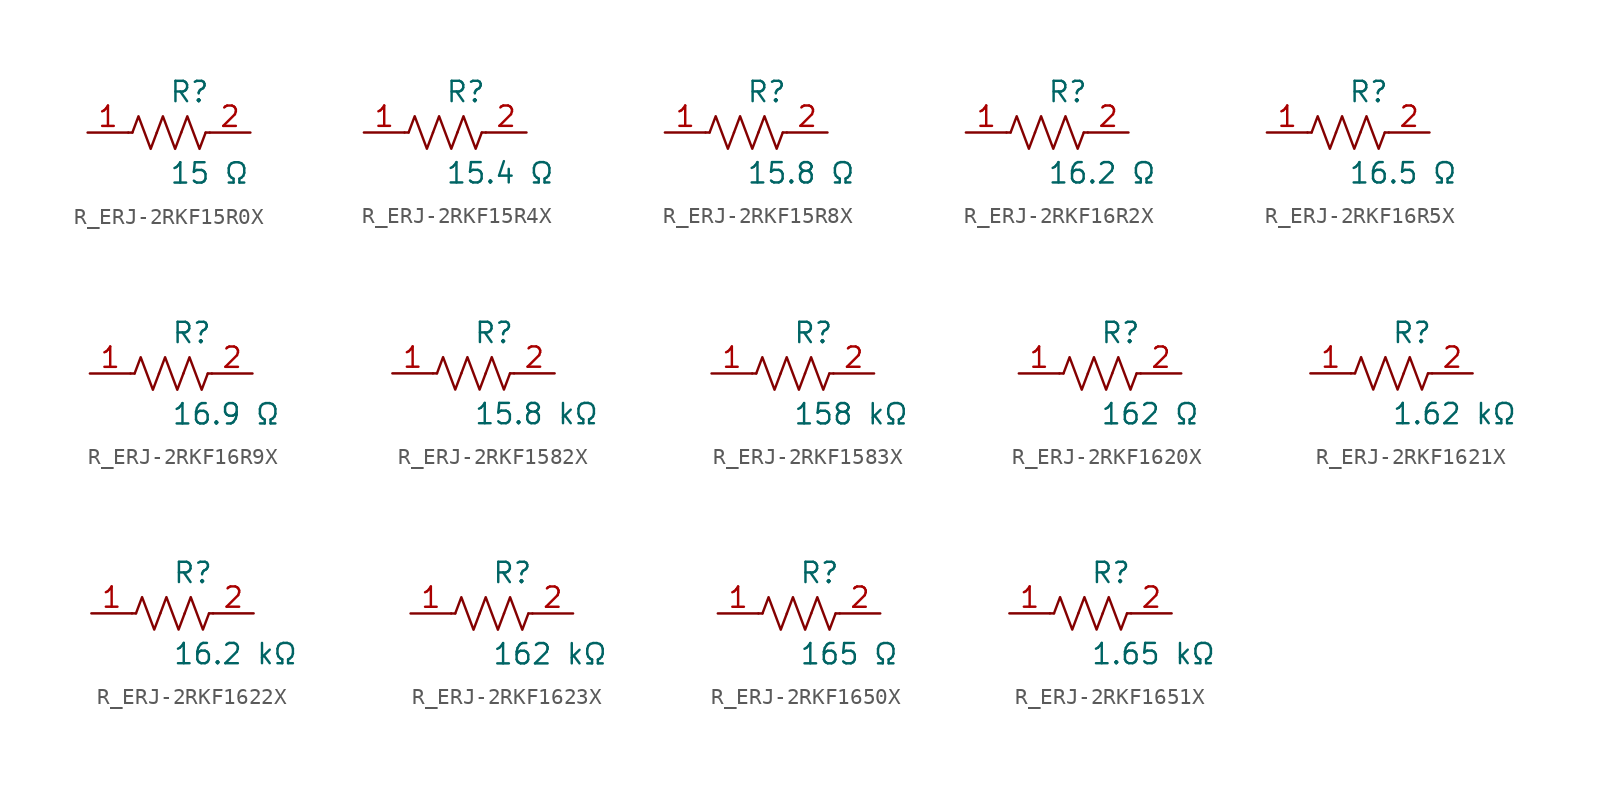
<source format=kicad_sym>
(kicad_symbol_lib
  (version 20231120)
  (generator kicad_symbol_editor)
  (generator_version 8.0)
  (symbol "R_ERJ-2RKF15R0X"
    (pin_names
      (offset 0.254))
    (property "Reference" "R"
      (at 0 2.54 0)
      (effects (font (size 1.27 1.27)) (justify left)))
    (property "Value" "15 Ω"
      (at 0 -2.54 0)
      (effects (font (size 1.27 1.27)) (justify left)))
    (symbol "R_ERJ-2RKF15R0X_0_1"
      (polyline (pts (xy 2.286 0) (xy 2.54 0)) (stroke (width 0) (type default)) (fill (type none)))
      (polyline (pts (xy -2.286 0) (xy -2.54 0)) (stroke (width 0) (type default)) (fill (type none)))
      (polyline (pts (xy 0.762 0) (xy 1.143 1.016) (xy 1.524 0) (xy 1.905 -1.016) (xy 2.286 0)) (stroke (width 0) (type default)) (fill (type none)))
      (polyline (pts (xy -0.762 0) (xy -0.381 1.016) (xy 0 0) (xy 0.381 -1.016) (xy 0.762 0)) (stroke (width 0) (type default)) (fill (type none)))
      (polyline (pts (xy -2.286 0) (xy -1.905 1.016) (xy -1.524 0) (xy -1.143 -1.016) (xy -0.762 0)) (stroke (width 0) (type default)) (fill (type none))))
    (pin unspecified line
      (at -5.08 0 0)
      (length 2.54)
      (name "" (effects (font (size 1.27 1.27))))
      (number "1" (effects (font (size 1.27 1.27)))))
    (pin unspecified line
      (at 5.08 0 180)
      (length 2.54)
      (name "" (effects (font (size 1.27 1.27))))
      (number "2" (effects (font (size 1.27 1.27))))))
  (symbol "R_ERJ-2RKF15R4X"
    (pin_names
      (offset 0.254))
    (property "Reference" "R"
      (at 0 2.54 0)
      (effects (font (size 1.27 1.27)) (justify left)))
    (property "Value" "15.4 Ω"
      (at 0 -2.54 0)
      (effects (font (size 1.27 1.27)) (justify left)))
    (symbol "R_ERJ-2RKF15R4X_0_1"
      (polyline (pts (xy 2.286 0) (xy 2.54 0)) (stroke (width 0) (type default)) (fill (type none)))
      (polyline (pts (xy -2.286 0) (xy -2.54 0)) (stroke (width 0) (type default)) (fill (type none)))
      (polyline (pts (xy 0.762 0) (xy 1.143 1.016) (xy 1.524 0) (xy 1.905 -1.016) (xy 2.286 0)) (stroke (width 0) (type default)) (fill (type none)))
      (polyline (pts (xy -0.762 0) (xy -0.381 1.016) (xy 0 0) (xy 0.381 -1.016) (xy 0.762 0)) (stroke (width 0) (type default)) (fill (type none)))
      (polyline (pts (xy -2.286 0) (xy -1.905 1.016) (xy -1.524 0) (xy -1.143 -1.016) (xy -0.762 0)) (stroke (width 0) (type default)) (fill (type none))))
    (pin unspecified line
      (at -5.08 0 0)
      (length 2.54)
      (name "" (effects (font (size 1.27 1.27))))
      (number "1" (effects (font (size 1.27 1.27)))))
    (pin unspecified line
      (at 5.08 0 180)
      (length 2.54)
      (name "" (effects (font (size 1.27 1.27))))
      (number "2" (effects (font (size 1.27 1.27))))))
  (symbol "R_ERJ-2RKF15R8X"
    (pin_names
      (offset 0.254))
    (property "Reference" "R"
      (at 0 2.54 0)
      (effects (font (size 1.27 1.27)) (justify left)))
    (property "Value" "15.8 Ω"
      (at 0 -2.54 0)
      (effects (font (size 1.27 1.27)) (justify left)))
    (symbol "R_ERJ-2RKF15R8X_0_1"
      (polyline (pts (xy 2.286 0) (xy 2.54 0)) (stroke (width 0) (type default)) (fill (type none)))
      (polyline (pts (xy -2.286 0) (xy -2.54 0)) (stroke (width 0) (type default)) (fill (type none)))
      (polyline (pts (xy 0.762 0) (xy 1.143 1.016) (xy 1.524 0) (xy 1.905 -1.016) (xy 2.286 0)) (stroke (width 0) (type default)) (fill (type none)))
      (polyline (pts (xy -0.762 0) (xy -0.381 1.016) (xy 0 0) (xy 0.381 -1.016) (xy 0.762 0)) (stroke (width 0) (type default)) (fill (type none)))
      (polyline (pts (xy -2.286 0) (xy -1.905 1.016) (xy -1.524 0) (xy -1.143 -1.016) (xy -0.762 0)) (stroke (width 0) (type default)) (fill (type none))))
    (pin unspecified line
      (at -5.08 0 0)
      (length 2.54)
      (name "" (effects (font (size 1.27 1.27))))
      (number "1" (effects (font (size 1.27 1.27)))))
    (pin unspecified line
      (at 5.08 0 180)
      (length 2.54)
      (name "" (effects (font (size 1.27 1.27))))
      (number "2" (effects (font (size 1.27 1.27))))))
  (symbol "R_ERJ-2RKF16R2X"
    (pin_names
      (offset 0.254))
    (property "Reference" "R"
      (at 0 2.54 0)
      (effects (font (size 1.27 1.27)) (justify left)))
    (property "Value" "16.2 Ω"
      (at 0 -2.54 0)
      (effects (font (size 1.27 1.27)) (justify left)))
    (symbol "R_ERJ-2RKF16R2X_0_1"
      (polyline (pts (xy 2.286 0) (xy 2.54 0)) (stroke (width 0) (type default)) (fill (type none)))
      (polyline (pts (xy -2.286 0) (xy -2.54 0)) (stroke (width 0) (type default)) (fill (type none)))
      (polyline (pts (xy 0.762 0) (xy 1.143 1.016) (xy 1.524 0) (xy 1.905 -1.016) (xy 2.286 0)) (stroke (width 0) (type default)) (fill (type none)))
      (polyline (pts (xy -0.762 0) (xy -0.381 1.016) (xy 0 0) (xy 0.381 -1.016) (xy 0.762 0)) (stroke (width 0) (type default)) (fill (type none)))
      (polyline (pts (xy -2.286 0) (xy -1.905 1.016) (xy -1.524 0) (xy -1.143 -1.016) (xy -0.762 0)) (stroke (width 0) (type default)) (fill (type none))))
    (pin unspecified line
      (at -5.08 0 0)
      (length 2.54)
      (name "" (effects (font (size 1.27 1.27))))
      (number "1" (effects (font (size 1.27 1.27)))))
    (pin unspecified line
      (at 5.08 0 180)
      (length 2.54)
      (name "" (effects (font (size 1.27 1.27))))
      (number "2" (effects (font (size 1.27 1.27))))))
  (symbol "R_ERJ-2RKF16R5X"
    (pin_names
      (offset 0.254))
    (property "Reference" "R"
      (at 0 2.54 0)
      (effects (font (size 1.27 1.27)) (justify left)))
    (property "Value" "16.5 Ω"
      (at 0 -2.54 0)
      (effects (font (size 1.27 1.27)) (justify left)))
    (symbol "R_ERJ-2RKF16R5X_0_1"
      (polyline (pts (xy 2.286 0) (xy 2.54 0)) (stroke (width 0) (type default)) (fill (type none)))
      (polyline (pts (xy -2.286 0) (xy -2.54 0)) (stroke (width 0) (type default)) (fill (type none)))
      (polyline (pts (xy 0.762 0) (xy 1.143 1.016) (xy 1.524 0) (xy 1.905 -1.016) (xy 2.286 0)) (stroke (width 0) (type default)) (fill (type none)))
      (polyline (pts (xy -0.762 0) (xy -0.381 1.016) (xy 0 0) (xy 0.381 -1.016) (xy 0.762 0)) (stroke (width 0) (type default)) (fill (type none)))
      (polyline (pts (xy -2.286 0) (xy -1.905 1.016) (xy -1.524 0) (xy -1.143 -1.016) (xy -0.762 0)) (stroke (width 0) (type default)) (fill (type none))))
    (pin unspecified line
      (at -5.08 0 0)
      (length 2.54)
      (name "" (effects (font (size 1.27 1.27))))
      (number "1" (effects (font (size 1.27 1.27)))))
    (pin unspecified line
      (at 5.08 0 180)
      (length 2.54)
      (name "" (effects (font (size 1.27 1.27))))
      (number "2" (effects (font (size 1.27 1.27))))))
  (symbol "R_ERJ-2RKF16R9X"
    (pin_names
      (offset 0.254))
    (property "Reference" "R"
      (at 0 2.54 0)
      (effects (font (size 1.27 1.27)) (justify left)))
    (property "Value" "16.9 Ω"
      (at 0 -2.54 0)
      (effects (font (size 1.27 1.27)) (justify left)))
    (symbol "R_ERJ-2RKF16R9X_0_1"
      (polyline (pts (xy 2.286 0) (xy 2.54 0)) (stroke (width 0) (type default)) (fill (type none)))
      (polyline (pts (xy -2.286 0) (xy -2.54 0)) (stroke (width 0) (type default)) (fill (type none)))
      (polyline (pts (xy 0.762 0) (xy 1.143 1.016) (xy 1.524 0) (xy 1.905 -1.016) (xy 2.286 0)) (stroke (width 0) (type default)) (fill (type none)))
      (polyline (pts (xy -0.762 0) (xy -0.381 1.016) (xy 0 0) (xy 0.381 -1.016) (xy 0.762 0)) (stroke (width 0) (type default)) (fill (type none)))
      (polyline (pts (xy -2.286 0) (xy -1.905 1.016) (xy -1.524 0) (xy -1.143 -1.016) (xy -0.762 0)) (stroke (width 0) (type default)) (fill (type none))))
    (pin unspecified line
      (at -5.08 0 0)
      (length 2.54)
      (name "" (effects (font (size 1.27 1.27))))
      (number "1" (effects (font (size 1.27 1.27)))))
    (pin unspecified line
      (at 5.08 0 180)
      (length 2.54)
      (name "" (effects (font (size 1.27 1.27))))
      (number "2" (effects (font (size 1.27 1.27))))))
  (symbol "R_ERJ-2RKF1582X"
    (pin_names
      (offset 0.254))
    (property "Reference" "R"
      (at 0 2.54 0)
      (effects (font (size 1.27 1.27)) (justify left)))
    (property "Value" "15.8 kΩ"
      (at 0 -2.54 0)
      (effects (font (size 1.27 1.27)) (justify left)))
    (symbol "R_ERJ-2RKF1582X_0_1"
      (polyline (pts (xy 2.286 0) (xy 2.54 0)) (stroke (width 0) (type default)) (fill (type none)))
      (polyline (pts (xy -2.286 0) (xy -2.54 0)) (stroke (width 0) (type default)) (fill (type none)))
      (polyline (pts (xy 0.762 0) (xy 1.143 1.016) (xy 1.524 0) (xy 1.905 -1.016) (xy 2.286 0)) (stroke (width 0) (type default)) (fill (type none)))
      (polyline (pts (xy -0.762 0) (xy -0.381 1.016) (xy 0 0) (xy 0.381 -1.016) (xy 0.762 0)) (stroke (width 0) (type default)) (fill (type none)))
      (polyline (pts (xy -2.286 0) (xy -1.905 1.016) (xy -1.524 0) (xy -1.143 -1.016) (xy -0.762 0)) (stroke (width 0) (type default)) (fill (type none))))
    (pin unspecified line
      (at -5.08 0 0)
      (length 2.54)
      (name "" (effects (font (size 1.27 1.27))))
      (number "1" (effects (font (size 1.27 1.27)))))
    (pin unspecified line
      (at 5.08 0 180)
      (length 2.54)
      (name "" (effects (font (size 1.27 1.27))))
      (number "2" (effects (font (size 1.27 1.27))))))
  (symbol "R_ERJ-2RKF1583X"
    (pin_names
      (offset 0.254))
    (property "Reference" "R"
      (at 0 2.54 0)
      (effects (font (size 1.27 1.27)) (justify left)))
    (property "Value" "158 kΩ"
      (at 0 -2.54 0)
      (effects (font (size 1.27 1.27)) (justify left)))
    (symbol "R_ERJ-2RKF1583X_0_1"
      (polyline (pts (xy 2.286 0) (xy 2.54 0)) (stroke (width 0) (type default)) (fill (type none)))
      (polyline (pts (xy -2.286 0) (xy -2.54 0)) (stroke (width 0) (type default)) (fill (type none)))
      (polyline (pts (xy 0.762 0) (xy 1.143 1.016) (xy 1.524 0) (xy 1.905 -1.016) (xy 2.286 0)) (stroke (width 0) (type default)) (fill (type none)))
      (polyline (pts (xy -0.762 0) (xy -0.381 1.016) (xy 0 0) (xy 0.381 -1.016) (xy 0.762 0)) (stroke (width 0) (type default)) (fill (type none)))
      (polyline (pts (xy -2.286 0) (xy -1.905 1.016) (xy -1.524 0) (xy -1.143 -1.016) (xy -0.762 0)) (stroke (width 0) (type default)) (fill (type none))))
    (pin unspecified line
      (at -5.08 0 0)
      (length 2.54)
      (name "" (effects (font (size 1.27 1.27))))
      (number "1" (effects (font (size 1.27 1.27)))))
    (pin unspecified line
      (at 5.08 0 180)
      (length 2.54)
      (name "" (effects (font (size 1.27 1.27))))
      (number "2" (effects (font (size 1.27 1.27))))))
  (symbol "R_ERJ-2RKF1620X"
    (pin_names
      (offset 0.254))
    (property "Reference" "R"
      (at 0 2.54 0)
      (effects (font (size 1.27 1.27)) (justify left)))
    (property "Value" "162 Ω"
      (at 0 -2.54 0)
      (effects (font (size 1.27 1.27)) (justify left)))
    (symbol "R_ERJ-2RKF1620X_0_1"
      (polyline (pts (xy 2.286 0) (xy 2.54 0)) (stroke (width 0) (type default)) (fill (type none)))
      (polyline (pts (xy -2.286 0) (xy -2.54 0)) (stroke (width 0) (type default)) (fill (type none)))
      (polyline (pts (xy 0.762 0) (xy 1.143 1.016) (xy 1.524 0) (xy 1.905 -1.016) (xy 2.286 0)) (stroke (width 0) (type default)) (fill (type none)))
      (polyline (pts (xy -0.762 0) (xy -0.381 1.016) (xy 0 0) (xy 0.381 -1.016) (xy 0.762 0)) (stroke (width 0) (type default)) (fill (type none)))
      (polyline (pts (xy -2.286 0) (xy -1.905 1.016) (xy -1.524 0) (xy -1.143 -1.016) (xy -0.762 0)) (stroke (width 0) (type default)) (fill (type none))))
    (pin unspecified line
      (at -5.08 0 0)
      (length 2.54)
      (name "" (effects (font (size 1.27 1.27))))
      (number "1" (effects (font (size 1.27 1.27)))))
    (pin unspecified line
      (at 5.08 0 180)
      (length 2.54)
      (name "" (effects (font (size 1.27 1.27))))
      (number "2" (effects (font (size 1.27 1.27))))))
  (symbol "R_ERJ-2RKF1621X"
    (pin_names
      (offset 0.254))
    (property "Reference" "R"
      (at 0 2.54 0)
      (effects (font (size 1.27 1.27)) (justify left)))
    (property "Value" "1.62 kΩ"
      (at 0 -2.54 0)
      (effects (font (size 1.27 1.27)) (justify left)))
    (symbol "R_ERJ-2RKF1621X_0_1"
      (polyline (pts (xy 2.286 0) (xy 2.54 0)) (stroke (width 0) (type default)) (fill (type none)))
      (polyline (pts (xy -2.286 0) (xy -2.54 0)) (stroke (width 0) (type default)) (fill (type none)))
      (polyline (pts (xy 0.762 0) (xy 1.143 1.016) (xy 1.524 0) (xy 1.905 -1.016) (xy 2.286 0)) (stroke (width 0) (type default)) (fill (type none)))
      (polyline (pts (xy -0.762 0) (xy -0.381 1.016) (xy 0 0) (xy 0.381 -1.016) (xy 0.762 0)) (stroke (width 0) (type default)) (fill (type none)))
      (polyline (pts (xy -2.286 0) (xy -1.905 1.016) (xy -1.524 0) (xy -1.143 -1.016) (xy -0.762 0)) (stroke (width 0) (type default)) (fill (type none))))
    (pin unspecified line
      (at -5.08 0 0)
      (length 2.54)
      (name "" (effects (font (size 1.27 1.27))))
      (number "1" (effects (font (size 1.27 1.27)))))
    (pin unspecified line
      (at 5.08 0 180)
      (length 2.54)
      (name "" (effects (font (size 1.27 1.27))))
      (number "2" (effects (font (size 1.27 1.27))))))
  (symbol "R_ERJ-2RKF1622X"
    (pin_names
      (offset 0.254))
    (property "Reference" "R"
      (at 0 2.54 0)
      (effects (font (size 1.27 1.27)) (justify left)))
    (property "Value" "16.2 kΩ"
      (at 0 -2.54 0)
      (effects (font (size 1.27 1.27)) (justify left)))
    (symbol "R_ERJ-2RKF1622X_0_1"
      (polyline (pts (xy 2.286 0) (xy 2.54 0)) (stroke (width 0) (type default)) (fill (type none)))
      (polyline (pts (xy -2.286 0) (xy -2.54 0)) (stroke (width 0) (type default)) (fill (type none)))
      (polyline (pts (xy 0.762 0) (xy 1.143 1.016) (xy 1.524 0) (xy 1.905 -1.016) (xy 2.286 0)) (stroke (width 0) (type default)) (fill (type none)))
      (polyline (pts (xy -0.762 0) (xy -0.381 1.016) (xy 0 0) (xy 0.381 -1.016) (xy 0.762 0)) (stroke (width 0) (type default)) (fill (type none)))
      (polyline (pts (xy -2.286 0) (xy -1.905 1.016) (xy -1.524 0) (xy -1.143 -1.016) (xy -0.762 0)) (stroke (width 0) (type default)) (fill (type none))))
    (pin unspecified line
      (at -5.08 0 0)
      (length 2.54)
      (name "" (effects (font (size 1.27 1.27))))
      (number "1" (effects (font (size 1.27 1.27)))))
    (pin unspecified line
      (at 5.08 0 180)
      (length 2.54)
      (name "" (effects (font (size 1.27 1.27))))
      (number "2" (effects (font (size 1.27 1.27))))))
  (symbol "R_ERJ-2RKF1623X"
    (pin_names
      (offset 0.254))
    (property "Reference" "R"
      (at 0 2.54 0)
      (effects (font (size 1.27 1.27)) (justify left)))
    (property "Value" "162 kΩ"
      (at 0 -2.54 0)
      (effects (font (size 1.27 1.27)) (justify left)))
    (symbol "R_ERJ-2RKF1623X_0_1"
      (polyline (pts (xy 2.286 0) (xy 2.54 0)) (stroke (width 0) (type default)) (fill (type none)))
      (polyline (pts (xy -2.286 0) (xy -2.54 0)) (stroke (width 0) (type default)) (fill (type none)))
      (polyline (pts (xy 0.762 0) (xy 1.143 1.016) (xy 1.524 0) (xy 1.905 -1.016) (xy 2.286 0)) (stroke (width 0) (type default)) (fill (type none)))
      (polyline (pts (xy -0.762 0) (xy -0.381 1.016) (xy 0 0) (xy 0.381 -1.016) (xy 0.762 0)) (stroke (width 0) (type default)) (fill (type none)))
      (polyline (pts (xy -2.286 0) (xy -1.905 1.016) (xy -1.524 0) (xy -1.143 -1.016) (xy -0.762 0)) (stroke (width 0) (type default)) (fill (type none))))
    (pin unspecified line
      (at -5.08 0 0)
      (length 2.54)
      (name "" (effects (font (size 1.27 1.27))))
      (number "1" (effects (font (size 1.27 1.27)))))
    (pin unspecified line
      (at 5.08 0 180)
      (length 2.54)
      (name "" (effects (font (size 1.27 1.27))))
      (number "2" (effects (font (size 1.27 1.27))))))
  (symbol "R_ERJ-2RKF1650X"
    (pin_names
      (offset 0.254))
    (property "Reference" "R"
      (at 0 2.54 0)
      (effects (font (size 1.27 1.27)) (justify left)))
    (property "Value" "165 Ω"
      (at 0 -2.54 0)
      (effects (font (size 1.27 1.27)) (justify left)))
    (symbol "R_ERJ-2RKF1650X_0_1"
      (polyline (pts (xy 2.286 0) (xy 2.54 0)) (stroke (width 0) (type default)) (fill (type none)))
      (polyline (pts (xy -2.286 0) (xy -2.54 0)) (stroke (width 0) (type default)) (fill (type none)))
      (polyline (pts (xy 0.762 0) (xy 1.143 1.016) (xy 1.524 0) (xy 1.905 -1.016) (xy 2.286 0)) (stroke (width 0) (type default)) (fill (type none)))
      (polyline (pts (xy -0.762 0) (xy -0.381 1.016) (xy 0 0) (xy 0.381 -1.016) (xy 0.762 0)) (stroke (width 0) (type default)) (fill (type none)))
      (polyline (pts (xy -2.286 0) (xy -1.905 1.016) (xy -1.524 0) (xy -1.143 -1.016) (xy -0.762 0)) (stroke (width 0) (type default)) (fill (type none))))
    (pin unspecified line
      (at -5.08 0 0)
      (length 2.54)
      (name "" (effects (font (size 1.27 1.27))))
      (number "1" (effects (font (size 1.27 1.27)))))
    (pin unspecified line
      (at 5.08 0 180)
      (length 2.54)
      (name "" (effects (font (size 1.27 1.27))))
      (number "2" (effects (font (size 1.27 1.27))))))
  (symbol "R_ERJ-2RKF1651X"
    (pin_names
      (offset 0.254))
    (property "Reference" "R"
      (at 0 2.54 0)
      (effects (font (size 1.27 1.27)) (justify left)))
    (property "Value" "1.65 kΩ"
      (at 0 -2.54 0)
      (effects (font (size 1.27 1.27)) (justify left)))
    (symbol "R_ERJ-2RKF1651X_0_1"
      (polyline (pts (xy 2.286 0) (xy 2.54 0)) (stroke (width 0) (type default)) (fill (type none)))
      (polyline (pts (xy -2.286 0) (xy -2.54 0)) (stroke (width 0) (type default)) (fill (type none)))
      (polyline (pts (xy 0.762 0) (xy 1.143 1.016) (xy 1.524 0) (xy 1.905 -1.016) (xy 2.286 0)) (stroke (width 0) (type default)) (fill (type none)))
      (polyline (pts (xy -0.762 0) (xy -0.381 1.016) (xy 0 0) (xy 0.381 -1.016) (xy 0.762 0)) (stroke (width 0) (type default)) (fill (type none)))
      (polyline (pts (xy -2.286 0) (xy -1.905 1.016) (xy -1.524 0) (xy -1.143 -1.016) (xy -0.762 0)) (stroke (width 0) (type default)) (fill (type none))))
    (pin unspecified line
      (at -5.08 0 0)
      (length 2.54)
      (name "" (effects (font (size 1.27 1.27))))
      (number "1" (effects (font (size 1.27 1.27)))))
    (pin unspecified line
      (at 5.08 0 180)
      (length 2.54)
      (name "" (effects (font (size 1.27 1.27))))
      (number "2" (effects (font (size 1.27 1.27)))))))
</source>
